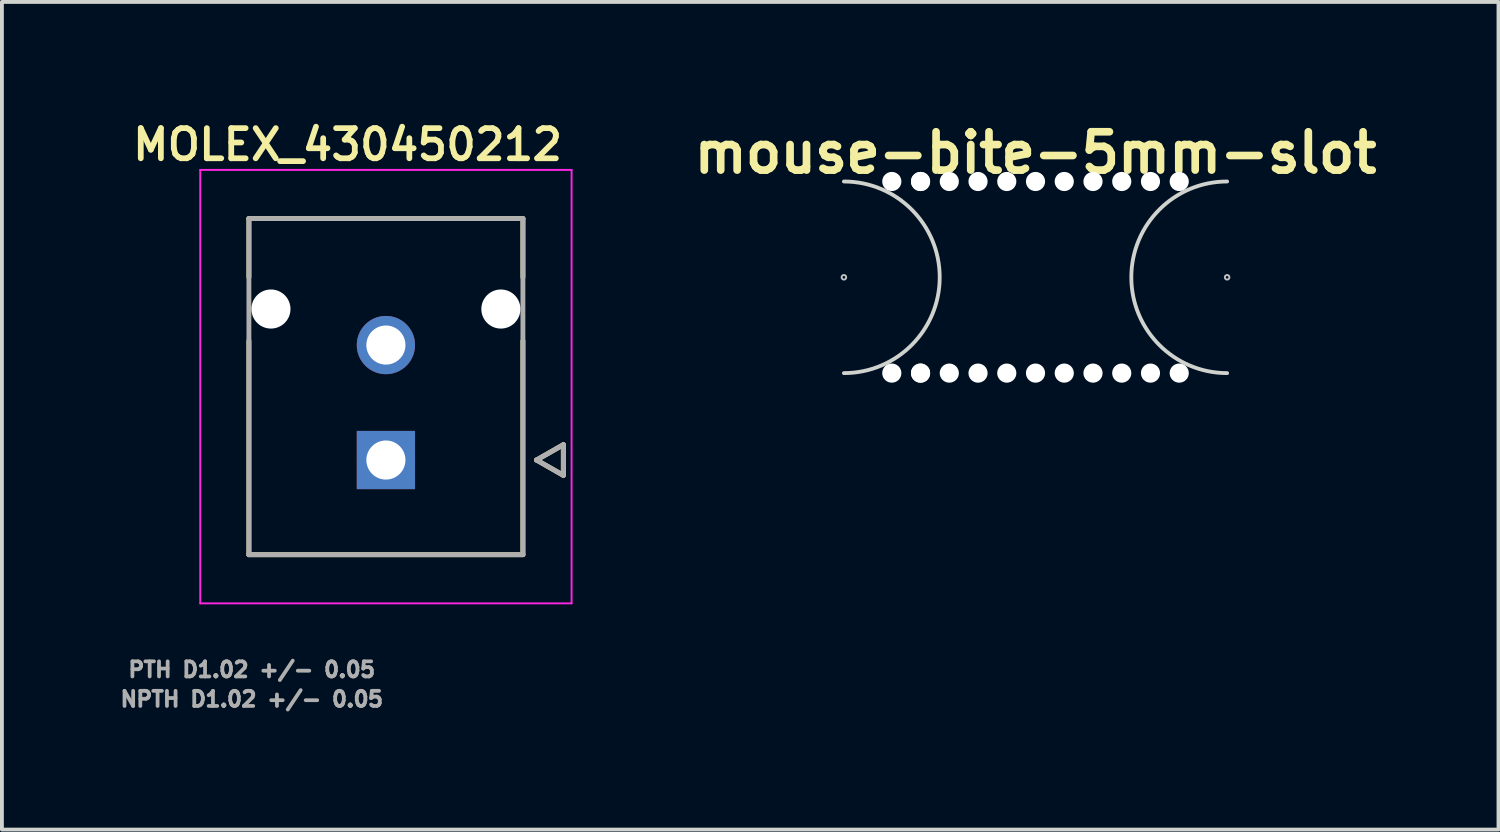
<source format=kicad_pcb>
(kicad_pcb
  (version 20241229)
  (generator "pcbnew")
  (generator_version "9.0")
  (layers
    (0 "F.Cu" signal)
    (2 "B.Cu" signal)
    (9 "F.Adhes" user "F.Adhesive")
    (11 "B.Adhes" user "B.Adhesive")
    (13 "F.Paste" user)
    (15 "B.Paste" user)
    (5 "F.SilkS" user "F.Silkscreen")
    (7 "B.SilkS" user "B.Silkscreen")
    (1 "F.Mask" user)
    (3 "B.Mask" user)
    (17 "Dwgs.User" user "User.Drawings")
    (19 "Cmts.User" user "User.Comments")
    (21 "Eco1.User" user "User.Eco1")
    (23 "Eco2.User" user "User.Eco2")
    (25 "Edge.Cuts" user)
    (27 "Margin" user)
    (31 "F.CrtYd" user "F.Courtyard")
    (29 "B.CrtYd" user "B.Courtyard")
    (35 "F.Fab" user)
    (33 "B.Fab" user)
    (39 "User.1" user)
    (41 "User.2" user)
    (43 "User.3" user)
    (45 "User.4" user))
  (footprint "MOLEX_430450212"
    (layer "F.Cu")
    (at 7.02 8.954)
    (property "Reference" "MOLEX_430450212" (at -1 -8.23 0) (layer "F.SilkS") (effects (font (size 0.787 0.787) (thickness 0.15))))
    (attr through_hole)
    (fp_circle (center -3 -3.94) (end -2.707 -3.94) (stroke (width 0.586) (type solid)) (fill no) (layer "F.Mask"))
    (fp_circle (center 0 -3) (end 0.418 -3) (stroke (width 0.836) (type solid)) (fill no) (layer "F.Mask"))
    (fp_circle (center 3 -3.94) (end 3.293 -3.94) (stroke (width 0.586) (type solid)) (fill no) (layer "F.Mask"))
    (fp_poly (pts (xy -0.836 -0.836) (xy 0.836 -0.836) (xy 0.836 0.836) (xy -0.836 0.836)) (stroke (width 0.01) (type solid)) (fill yes) (layer "F.Mask"))
    (fp_circle (center -3 -3.94) (end -2.707 -3.94) (stroke (width 0.586) (type solid)) (fill no) (layer "B.Mask"))
    (fp_circle (center 0 -3) (end 0.418 -3) (stroke (width 0.836) (type solid)) (fill no) (layer "B.Mask"))
    (fp_circle (center 3 -3.94) (end 3.293 -3.94) (stroke (width 0.586) (type solid)) (fill no) (layer "B.Mask"))
    (fp_poly (pts (xy -0.836 -0.836) (xy 0.836 -0.836) (xy 0.836 0.836) (xy -0.836 0.836)) (stroke (width 0.01) (type solid)) (fill yes) (layer "B.Mask"))
    (fp_line (start -3.575 -6.3) (end 3.575 -6.3) (stroke (width 0.127) (type solid)) (layer "F.SilkS"))
    (fp_line (start -3.575 -4.77) (end -3.575 -6.3) (stroke (width 0.127) (type solid)) (layer "F.SilkS"))
    (fp_line (start -3.575 2.47) (end -3.575 -3.11) (stroke (width 0.127) (type solid)) (layer "F.SilkS"))
    (fp_line (start 3.575 -6.3) (end 3.575 -4.77) (stroke (width 0.127) (type solid)) (layer "F.SilkS"))
    (fp_line (start 3.575 -3.11) (end 3.575 2.47) (stroke (width 0.127) (type solid)) (layer "F.SilkS"))
    (fp_line (start 3.575 2.47) (end -3.575 2.47) (stroke (width 0.127) (type solid)) (layer "F.SilkS"))
    (fp_line (start 3.93 0) (end 4.63 0.4) (stroke (width 0.127) (type solid)) (layer "F.SilkS"))
    (fp_line (start 4.63 -0.4) (end 3.93 0) (stroke (width 0.127) (type solid)) (layer "F.SilkS"))
    (fp_line (start 4.63 0.4) (end 4.63 -0.4) (stroke (width 0.127) (type solid)) (layer "F.SilkS"))
    (fp_line (start -4.845 -7.57) (end 4.845 -7.57) (stroke (width 0.05) (type solid)) (layer "F.CrtYd"))
    (fp_line (start -4.845 3.74) (end -4.845 -7.57) (stroke (width 0.05) (type solid)) (layer "F.CrtYd"))
    (fp_line (start 4.845 -7.57) (end 4.845 3.74) (stroke (width 0.05) (type solid)) (layer "F.CrtYd"))
    (fp_line (start 4.845 3.74) (end -4.845 3.74) (stroke (width 0.05) (type solid)) (layer "F.CrtYd"))
    (fp_line (start -3.575 -6.3) (end -3.575 2.47) (stroke (width 0.127) (type solid)) (layer "F.Fab"))
    (fp_line (start -3.575 2.47) (end 3.575 2.47) (stroke (width 0.127) (type solid)) (layer "F.Fab"))
    (fp_line (start 3.575 -6.3) (end -3.575 -6.3) (stroke (width 0.127) (type solid)) (layer "F.Fab"))
    (fp_line (start 3.575 2.47) (end 3.575 -6.3) (stroke (width 0.127) (type solid)) (layer "F.Fab"))
    (fp_line (start 3.93 0) (end 4.63 0.4) (stroke (width 0.127) (type solid)) (layer "F.Fab"))
    (fp_line (start 4.63 -0.4) (end 3.93 0) (stroke (width 0.127) (type solid)) (layer "F.Fab"))
    (fp_line (start 4.63 0.4) (end 4.63 -0.4) (stroke (width 0.127) (type solid)) (layer "F.Fab"))
    (fp_text user "PTH D1.02 +/- 0.05" (at -3.5 5.47 0) (layer "F.Fab") (effects (font (size 0.394 0.394) (thickness 0.15))))
    (fp_text user "NPTH D1.02 +/- 0.05" (at -3.5 6.24 0) (layer "F.Fab") (effects (font (size 0.394 0.394) (thickness 0.15))))
    (pad "" np_thru_hole circle (at -3 -3.94) (size 1.02 1.02) (drill 1.02) (layers "*.Cu" "*.Mask"))
    (pad "" np_thru_hole circle (at 3 -3.94) (size 1.02 1.02) (drill 1.02) (layers "*.Cu" "*.Mask"))
    (pad "1" thru_hole rect (at 0 0) (size 1.52 1.52) (drill 1.02) (layers "*.Cu"))
    (pad "2" thru_hole circle (at 0 -3) (size 1.52 1.52) (drill 1.02) (layers "*.Cu")))
  (footprint "mouse-bite-5mm-slot"
    (layer "F.Cu")
    (at 23.971 4.186)
    (property "Reference" "mouse-bite-5mm-slot" (at 0 -3.25 0) (layer "F.SilkS") (effects (font (size 1 1) (thickness 0.2))))
    (attr through_hole)
    (fp_circle (center -5 0) (end -4.94 0) (stroke (width 0.05) (type solid)) (fill no) (layer "Dwgs.User"))
    (fp_circle (center 5 0) (end 5.06 0) (stroke (width 0.05) (type solid)) (fill no) (layer "Dwgs.User"))
    (fp_line (start -5 0) (end -5 0) (stroke (width 5) (type solid)) (layer "Eco1.User"))
    (fp_line (start 5 0) (end 5 0) (stroke (width 5) (type solid)) (layer "Eco1.User"))
    (fp_arc (start -5 -2.5) (mid -2.5 0) (end -5 2.5) (stroke (width 0.1) (type solid)) (layer "Edge.Cuts"))
    (fp_arc (start 5 2.5) (mid 2.5 0) (end 5 -2.5) (stroke (width 0.1) (type solid)) (layer "Edge.Cuts"))
    (pad "" np_thru_hole circle (at -3.75 -2.5) (size 0.5 0.5) (drill 0.5) (layers "*.Cu" "*.Mask"))
    (pad "" np_thru_hole circle (at -3.75 2.5) (size 0.5 0.5) (drill 0.5) (layers "*.Cu" "*.Mask"))
    (pad "" np_thru_hole circle (at -3 -2.5) (size 0.5 0.5) (drill 0.5) (layers "*.Cu" "*.Mask"))
    (pad "" np_thru_hole circle (at -3 -2.5) (size 0.5 0.5) (drill 0.5) (layers "*.Cu" "*.Mask"))
    (pad "" np_thru_hole circle (at -3 2.5) (size 0.5 0.5) (drill 0.5) (layers "*.Cu" "*.Mask"))
    (pad "" np_thru_hole circle (at -3 2.5) (size 0.5 0.5) (drill 0.5) (layers "*.Cu" "*.Mask"))
    (pad "" np_thru_hole circle (at -2.25 -2.5) (size 0.5 0.5) (drill 0.5) (layers "*.Cu" "*.Mask"))
    (pad "" np_thru_hole circle (at -2.25 2.5) (size 0.5 0.5) (drill 0.5) (layers "*.Cu" "*.Mask"))
    (pad "" np_thru_hole circle (at -1.5 -2.5) (size 0.5 0.5) (drill 0.5) (layers "*.Cu" "*.Mask"))
    (pad "" np_thru_hole circle (at -1.5 2.5) (size 0.5 0.5) (drill 0.5) (layers "*.Cu" "*.Mask"))
    (pad "" np_thru_hole circle (at -0.75 -2.5) (size 0.5 0.5) (drill 0.5) (layers "*.Cu" "*.Mask"))
    (pad "" np_thru_hole circle (at -0.75 2.5) (size 0.5 0.5) (drill 0.5) (layers "*.Cu" "*.Mask"))
    (pad "" np_thru_hole circle (at 0 -2.5) (size 0.5 0.5) (drill 0.5) (layers "*.Cu" "*.Mask"))
    (pad "" np_thru_hole circle (at 0 2.5) (size 0.5 0.5) (drill 0.5) (layers "*.Cu" "*.Mask"))
    (pad "" np_thru_hole circle (at 0.75 -2.5) (size 0.5 0.5) (drill 0.5) (layers "*.Cu" "*.Mask"))
    (pad "" np_thru_hole circle (at 0.75 2.5) (size 0.5 0.5) (drill 0.5) (layers "*.Cu" "*.Mask"))
    (pad "" np_thru_hole circle (at 1.5 -2.5) (size 0.5 0.5) (drill 0.5) (layers "*.Cu" "*.Mask"))
    (pad "" np_thru_hole circle (at 1.5 2.5) (size 0.5 0.5) (drill 0.5) (layers "*.Cu" "*.Mask"))
    (pad "" np_thru_hole circle (at 2.25 -2.5) (size 0.5 0.5) (drill 0.5) (layers "*.Cu" "*.Mask"))
    (pad "" np_thru_hole circle (at 2.25 2.5) (size 0.5 0.5) (drill 0.5) (layers "*.Cu" "*.Mask"))
    (pad "" np_thru_hole circle (at 3 -2.5) (size 0.5 0.5) (drill 0.5) (layers "*.Cu" "*.Mask"))
    (pad "" np_thru_hole circle (at 3 2.5) (size 0.5 0.5) (drill 0.5) (layers "*.Cu" "*.Mask"))
    (pad "" np_thru_hole circle (at 3.75 -2.5) (size 0.5 0.5) (drill 0.5) (layers "*.Cu" "*.Mask"))
    (pad "" np_thru_hole circle (at 3.75 2.5) (size 0.5 0.5) (drill 0.5) (layers "*.Cu" "*.Mask")))
  (gr_rect
    (start -3 -3)
    (end 36.052 18.597)
    (stroke (width 0.1) (type default))
    (fill no)
    (layer "Edge.Cuts")))
</source>
